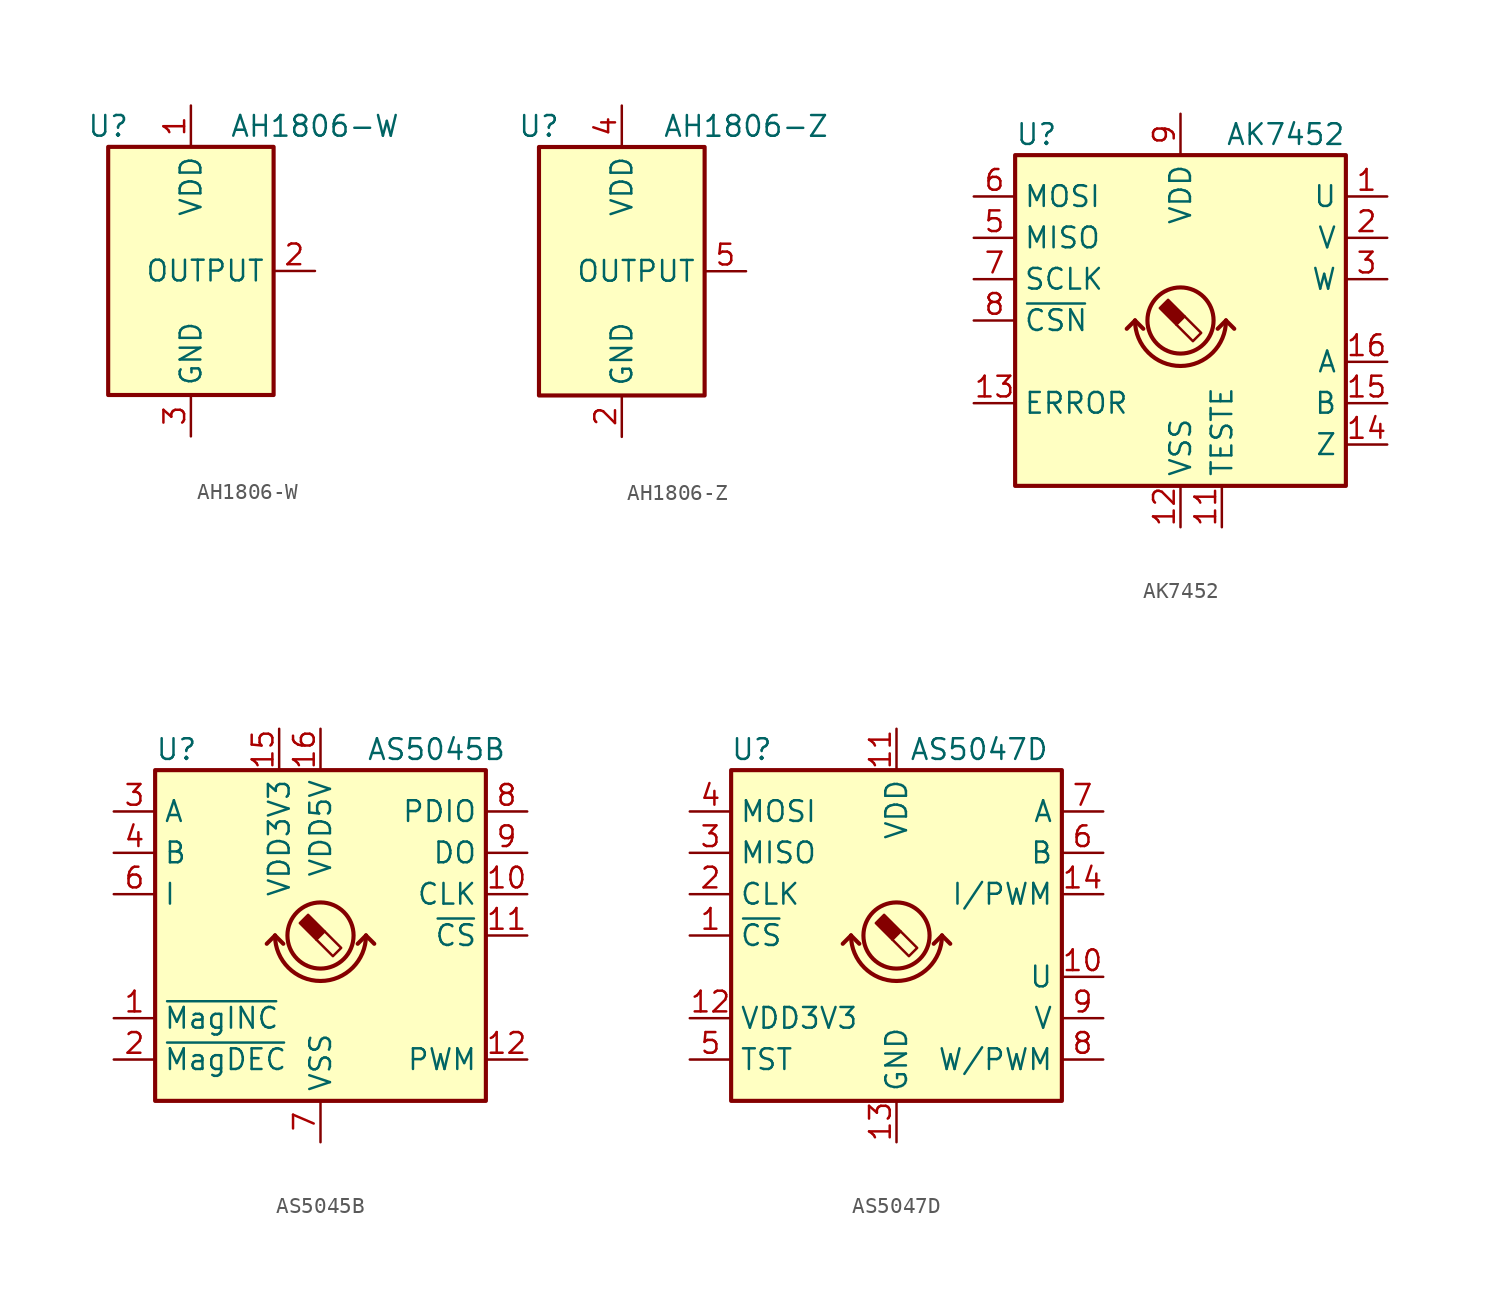
<source format=kicad_sym>
(kicad_symbol_lib
  (version 20241209)
  (generator "kicad_symbol_editor")
  (generator_version "9.0")
  (symbol "AH1806-W"
    (property "Reference" "U"
      (at -5.08 8.89 0)
      (effects (font (size 1.27 1.27))))
    (property "Value" "AH1806-W"
      (at 7.62 8.89 0)
      (effects (font (size 1.27 1.27))))
    (symbol "AH1806-W_0_1"
      (rectangle (start 5.08 7.62) (end -5.08 -7.62) (stroke (width 0.254) (type default)) (fill (type background))))
    (symbol "AH1806-W_1_1"
      (pin power_in line (at 0 10.16 270) (length 2.54) (name "VDD" (effects (font (size 1.27 1.27)))) (number "1" (effects (font (size 1.27 1.27)))))
      (pin power_in line (at 0 -10.16 90) (length 2.54) (name "GND" (effects (font (size 1.27 1.27)))) (number "3" (effects (font (size 1.27 1.27)))))
      (pin open_collector line (at 7.62 0 180) (length 2.54) (name "OUTPUT" (effects (font (size 1.27 1.27)))) (number "2" (effects (font (size 1.27 1.27)))))))
  (symbol "AH1806-Z"
    (property "Reference" "U"
      (at -5.08 8.89 0)
      (effects (font (size 1.27 1.27))))
    (property "Value" "AH1806-Z"
      (at 7.62 8.89 0)
      (effects (font (size 1.27 1.27))))
    (symbol "AH1806-Z_0_1"
      (rectangle (start 5.08 7.62) (end -5.08 -7.62) (stroke (width 0.254) (type default)) (fill (type background))))
    (symbol "AH1806-Z_1_1"
      (pin power_in line (at 0 10.16 270) (length 2.54) (name "VDD" (effects (font (size 1.27 1.27)))) (number "4" (effects (font (size 1.27 1.27)))))
      (pin power_in line (at 0 -10.16 90) (length 2.54) (name "GND" (effects (font (size 1.27 1.27)))) (number "2" (effects (font (size 1.27 1.27)))))
      (pin no_connect line (at 5.08 2.54 180) (length 2.54) (hide yes) (name "NC" (effects (font (size 1.27 1.27)))) (number "1" (effects (font (size 1.27 1.27)))))
      (pin no_connect line (at 5.08 -2.54 180) (length 2.54) (hide yes) (name "NC" (effects (font (size 1.27 1.27)))) (number "3" (effects (font (size 1.27 1.27)))))
      (pin open_collector line (at 7.62 0 180) (length 2.54) (name "OUTPUT" (effects (font (size 1.27 1.27)))) (number "5" (effects (font (size 1.27 1.27)))))))
  (symbol "AK7452"
    (property "Reference" "U"
      (at -10.16 11.43 0)
      (effects (font (size 1.27 1.27)) (justify left)))
    (property "Value" "AK7452"
      (at 10.16 11.43 0)
      (effects (font (size 1.27 1.27)) (justify right)))
    (symbol "AK7452_0_1"
      (rectangle (start -10.16 10.16) (end 10.16 -10.16) (stroke (width 0.254) (type default)) (fill (type background)))
      (polyline (pts (xy -2.794 0) (xy -3.302 -0.508)) (stroke (width 0.254) (type default)) (fill (type none)))
      (polyline (pts (xy -2.794 0) (xy -2.286 -0.508)) (stroke (width 0.254) (type default)) (fill (type none)))
      (arc (start 2.794 0) (mid 0 -2.7819) (end -2.794 0) (stroke (width 0.254) (type default)) (fill (type none)))
      (polyline (pts (xy 2.794 0) (xy 2.286 -0.508)) (stroke (width 0.254) (type default)) (fill (type none)))
      (polyline (pts (xy 2.794 0) (xy 3.302 -0.508)) (stroke (width 0.254) (type default)) (fill (type none))))
    (symbol "AK7452_1_1"
      (polyline (pts (xy -0.762 1.27) (xy 0.254 0.254) (xy -0.254 -0.254) (xy -1.27 0.762) (xy -1.016 1.016) (xy -0.762 1.27) (xy -0.635 1.143)) (stroke (width 0) (type default)) (fill (type outline)))
      (circle (center 0 0) (radius 2.032) (stroke (width 0.254) (type default)) (fill (type none)))
      (polyline (pts (xy 0.254 0.254) (xy 1.27 -0.762) (xy 0.762 -1.27) (xy -0.254 -0.254)) (stroke (width 0) (type default)) (fill (type none)))
      (pin input line (at -12.7 7.62 0) (length 2.54) (name "MOSI" (effects (font (size 1.27 1.27)))) (number "6" (effects (font (size 1.27 1.27)))))
      (pin output line (at -12.7 5.08 0) (length 2.54) (name "MISO" (effects (font (size 1.27 1.27)))) (number "5" (effects (font (size 1.27 1.27)))))
      (pin input line (at -12.7 2.54 0) (length 2.54) (name "SCLK" (effects (font (size 1.27 1.27)))) (number "7" (effects (font (size 1.27 1.27)))))
      (pin input line (at -12.7 0 0) (length 2.54) (name "~{CSN}" (effects (font (size 1.27 1.27)))) (number "8" (effects (font (size 1.27 1.27)))))
      (pin output line (at -12.7 -5.08 0) (length 2.54) (name "ERROR" (effects (font (size 1.27 1.27)))) (number "13" (effects (font (size 1.27 1.27)))))
      (pin power_in line (at 0 12.7 270) (length 2.54) (name "VDD" (effects (font (size 1.27 1.27)))) (number "9" (effects (font (size 1.27 1.27)))))
      (pin power_in line (at 0 -12.7 90) (length 2.54) (name "VSS" (effects (font (size 1.27 1.27)))) (number "12" (effects (font (size 1.27 1.27)))))
      (pin passive line (at 2.54 -12.7 90) (length 2.54) (name "TESTE" (effects (font (size 1.27 1.27)))) (number "11" (effects (font (size 1.27 1.27)))))
      (pin no_connect line (at 5.08 -10.16 90) (length 2.54) (hide yes) (name "NC" (effects (font (size 1.27 1.27)))) (number "4" (effects (font (size 1.27 1.27)))))
      (pin no_connect line (at 7.62 -10.16 90) (length 2.54) (hide yes) (name "NC" (effects (font (size 1.27 1.27)))) (number "10" (effects (font (size 1.27 1.27)))))
      (pin output line (at 12.7 7.62 180) (length 2.54) (name "U" (effects (font (size 1.27 1.27)))) (number "1" (effects (font (size 1.27 1.27)))))
      (pin output line (at 12.7 5.08 180) (length 2.54) (name "V" (effects (font (size 1.27 1.27)))) (number "2" (effects (font (size 1.27 1.27)))))
      (pin output line (at 12.7 2.54 180) (length 2.54) (name "W" (effects (font (size 1.27 1.27)))) (number "3" (effects (font (size 1.27 1.27)))))
      (pin output line (at 12.7 -2.54 180) (length 2.54) (name "A" (effects (font (size 1.27 1.27)))) (number "16" (effects (font (size 1.27 1.27)))))
      (pin output line (at 12.7 -5.08 180) (length 2.54) (name "B" (effects (font (size 1.27 1.27)))) (number "15" (effects (font (size 1.27 1.27)))))
      (pin output line (at 12.7 -7.62 180) (length 2.54) (name "Z" (effects (font (size 1.27 1.27)))) (number "14" (effects (font (size 1.27 1.27)))))))
  (symbol "AS5045B"
    (property "Reference" "U"
      (at -10.16 11.43 0)
      (effects (font (size 1.27 1.27)) (justify left)))
    (property "Value" "AS5045B"
      (at 11.43 11.43 0)
      (effects (font (size 1.27 1.27)) (justify right)))
    (symbol "AS5045B_0_1"
      (rectangle (start -10.16 10.16) (end 10.16 -10.16) (stroke (width 0.254) (type default)) (fill (type background)))
      (polyline (pts (xy -2.794 0) (xy -3.302 -0.508)) (stroke (width 0.254) (type default)) (fill (type none)))
      (polyline (pts (xy -2.794 0) (xy -2.286 -0.508)) (stroke (width 0.254) (type default)) (fill (type none)))
      (polyline (pts (xy -0.762 1.27) (xy 0.254 0.254) (xy -0.254 -0.254) (xy -1.27 0.762) (xy -1.016 1.016) (xy -0.762 1.27) (xy -0.635 1.143)) (stroke (width 0) (type default)) (fill (type outline)))
      (arc (start 2.794 0) (mid 0 -2.7819) (end -2.794 0) (stroke (width 0.254) (type default)) (fill (type none)))
      (circle (center 0 0) (radius 2.032) (stroke (width 0.254) (type default)) (fill (type none)))
      (polyline (pts (xy 0.254 0.254) (xy 1.27 -0.762) (xy 0.762 -1.27) (xy -0.254 -0.254)) (stroke (width 0) (type default)) (fill (type none)))
      (polyline (pts (xy 2.794 0) (xy 2.286 -0.508)) (stroke (width 0.254) (type default)) (fill (type none)))
      (polyline (pts (xy 2.794 0) (xy 3.302 -0.508)) (stroke (width 0.254) (type default)) (fill (type none))))
    (symbol "AS5045B_1_1"
      (pin output line (at -12.7 7.62 0) (length 2.54) (name "A" (effects (font (size 1.27 1.27)))) (number "3" (effects (font (size 1.27 1.27)))))
      (pin output line (at -12.7 5.08 0) (length 2.54) (name "B" (effects (font (size 1.27 1.27)))) (number "4" (effects (font (size 1.27 1.27)))))
      (pin output line (at -12.7 2.54 0) (length 2.54) (name "I" (effects (font (size 1.27 1.27)))) (number "6" (effects (font (size 1.27 1.27)))))
      (pin open_collector line (at -12.7 -5.08 0) (length 2.54) (name "~{MagINC}" (effects (font (size 1.27 1.27)))) (number "1" (effects (font (size 1.27 1.27)))))
      (pin open_collector line (at -12.7 -7.62 0) (length 2.54) (name "~{MagDEC}" (effects (font (size 1.27 1.27)))) (number "2" (effects (font (size 1.27 1.27)))))
      (pin power_in line (at -2.54 12.7 270) (length 2.54) (name "VDD3V3" (effects (font (size 1.27 1.27)))) (number "15" (effects (font (size 1.27 1.27)))))
      (pin power_in line (at 0 12.7 270) (length 2.54) (name "VDD5V" (effects (font (size 1.27 1.27)))) (number "16" (effects (font (size 1.27 1.27)))))
      (pin power_in line (at 0 -12.7 90) (length 2.54) (name "VSS" (effects (font (size 1.27 1.27)))) (number "7" (effects (font (size 1.27 1.27)))))
      (pin no_connect line (at 2.54 -10.16 90) (length 2.54) (hide yes) (name "NC" (effects (font (size 1.27 1.27)))) (number "14" (effects (font (size 1.27 1.27)))))
      (pin no_connect line (at 10.16 -2.54 180) (length 2.54) (hide yes) (name "NC" (effects (font (size 1.27 1.27)))) (number "5" (effects (font (size 1.27 1.27)))))
      (pin no_connect line (at 10.16 -5.08 180) (length 2.54) (hide yes) (name "NC" (effects (font (size 1.27 1.27)))) (number "13" (effects (font (size 1.27 1.27)))))
      (pin input line (at 12.7 7.62 180) (length 2.54) (name "PDIO" (effects (font (size 1.27 1.27)))) (number "8" (effects (font (size 1.27 1.27)))))
      (pin output line (at 12.7 5.08 180) (length 2.54) (name "DO" (effects (font (size 1.27 1.27)))) (number "9" (effects (font (size 1.27 1.27)))))
      (pin input line (at 12.7 2.54 180) (length 2.54) (name "CLK" (effects (font (size 1.27 1.27)))) (number "10" (effects (font (size 1.27 1.27)))))
      (pin input line (at 12.7 0 180) (length 2.54) (name "~{CS}" (effects (font (size 1.27 1.27)))) (number "11" (effects (font (size 1.27 1.27)))))
      (pin output line (at 12.7 -7.62 180) (length 2.54) (name "PWM" (effects (font (size 1.27 1.27)))) (number "12" (effects (font (size 1.27 1.27)))))))
  (symbol "AS5047D"
    (property "Reference" "U"
      (at -8.89 11.43 0)
      (effects (font (size 1.27 1.27))))
    (property "Value" "AS5047D"
      (at 5.08 11.43 0)
      (effects (font (size 1.27 1.27))))
    (symbol "AS5047D_1_1"
      (rectangle (start -10.16 10.16) (end 10.16 -10.16) (stroke (width 0.254) (type default)) (fill (type background)))
      (polyline (pts (xy -2.794 0) (xy -3.302 -0.508)) (stroke (width 0.254) (type default)) (fill (type none)))
      (polyline (pts (xy -2.794 0) (xy -2.286 -0.508)) (stroke (width 0.254) (type default)) (fill (type none)))
      (polyline (pts (xy -0.762 1.27) (xy 0.254 0.254) (xy -0.254 -0.254) (xy -1.27 0.762) (xy -1.016 1.016) (xy -0.762 1.27) (xy -0.635 1.143)) (stroke (width 0) (type default)) (fill (type outline)))
      (arc (start 2.794 0) (mid 0 -2.7819) (end -2.794 0) (stroke (width 0.254) (type default)) (fill (type none)))
      (circle (center 0 0) (radius 2.032) (stroke (width 0.254) (type default)) (fill (type none)))
      (polyline (pts (xy 0.254 0.254) (xy 1.27 -0.762) (xy 0.762 -1.27) (xy -0.254 -0.254)) (stroke (width 0) (type default)) (fill (type none)))
      (polyline (pts (xy 2.794 0) (xy 2.286 -0.508)) (stroke (width 0.254) (type default)) (fill (type none)))
      (polyline (pts (xy 2.794 0) (xy 3.302 -0.508)) (stroke (width 0.254) (type default)) (fill (type none)))
      (pin input line (at -12.7 7.62 0) (length 2.54) (name "MOSI" (effects (font (size 1.27 1.27)))) (number "4" (effects (font (size 1.27 1.27)))))
      (pin output line (at -12.7 5.08 0) (length 2.54) (name "MISO" (effects (font (size 1.27 1.27)))) (number "3" (effects (font (size 1.27 1.27)))))
      (pin input line (at -12.7 2.54 0) (length 2.54) (name "CLK" (effects (font (size 1.27 1.27)))) (number "2" (effects (font (size 1.27 1.27)))))
      (pin input line (at -12.7 0 0) (length 2.54) (name "~{CS}" (effects (font (size 1.27 1.27)))) (number "1" (effects (font (size 1.27 1.27)))))
      (pin power_out line (at -12.7 -5.08 0) (length 2.54) (name "VDD3V3" (effects (font (size 1.27 1.27)))) (number "12" (effects (font (size 1.27 1.27)))))
      (pin input line (at -12.7 -7.62 0) (length 2.54) (name "TST" (effects (font (size 1.27 1.27)))) (number "5" (effects (font (size 1.27 1.27)))))
      (pin power_in line (at 0 12.7 270) (length 2.54) (name "VDD" (effects (font (size 1.27 1.27)))) (number "11" (effects (font (size 1.27 1.27)))))
      (pin power_in line (at 0 -12.7 90) (length 2.54) (name "GND" (effects (font (size 1.27 1.27)))) (number "13" (effects (font (size 1.27 1.27)))))
      (pin output line (at 12.7 7.62 180) (length 2.54) (name "A" (effects (font (size 1.27 1.27)))) (number "7" (effects (font (size 1.27 1.27)))))
      (pin output line (at 12.7 5.08 180) (length 2.54) (name "B" (effects (font (size 1.27 1.27)))) (number "6" (effects (font (size 1.27 1.27)))))
      (pin output line (at 12.7 2.54 180) (length 2.54) (name "I/PWM" (effects (font (size 1.27 1.27)))) (number "14" (effects (font (size 1.27 1.27)))))
      (pin output line (at 12.7 -2.54 180) (length 2.54) (name "U" (effects (font (size 1.27 1.27)))) (number "10" (effects (font (size 1.27 1.27)))))
      (pin output line (at 12.7 -5.08 180) (length 2.54) (name "V" (effects (font (size 1.27 1.27)))) (number "9" (effects (font (size 1.27 1.27)))))
      (pin output line (at 12.7 -7.62 180) (length 2.54) (name "W/PWM" (effects (font (size 1.27 1.27)))) (number "8" (effects (font (size 1.27 1.27))))))))
</source>
